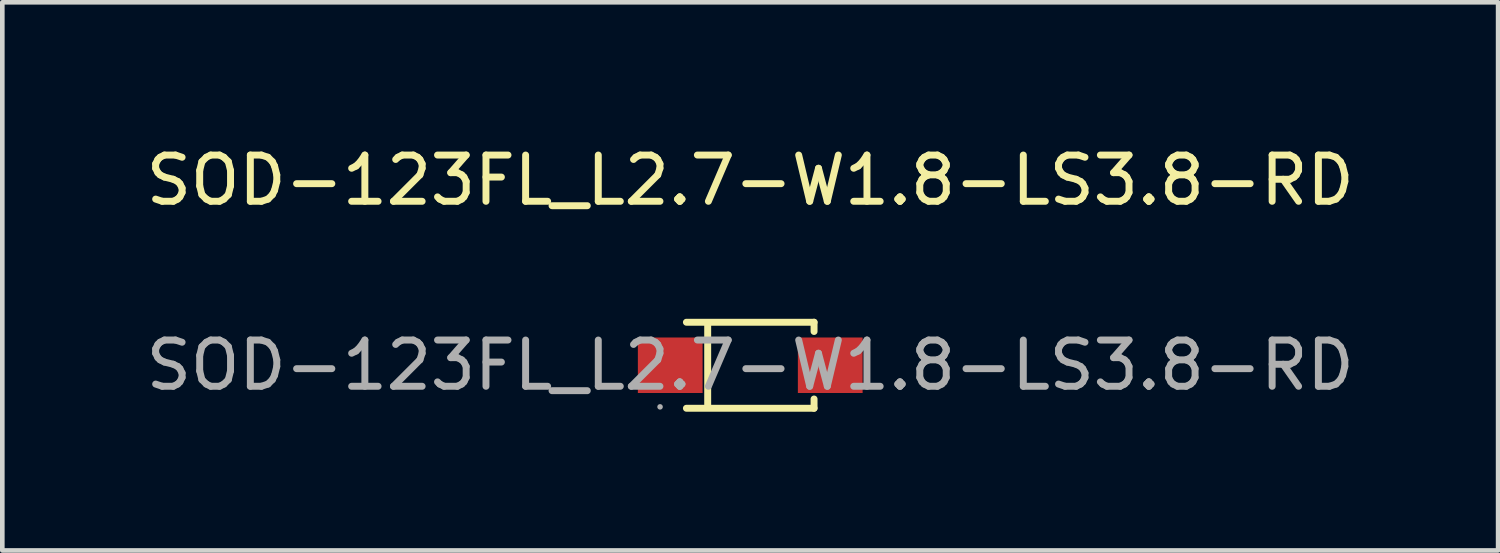
<source format=kicad_pcb>
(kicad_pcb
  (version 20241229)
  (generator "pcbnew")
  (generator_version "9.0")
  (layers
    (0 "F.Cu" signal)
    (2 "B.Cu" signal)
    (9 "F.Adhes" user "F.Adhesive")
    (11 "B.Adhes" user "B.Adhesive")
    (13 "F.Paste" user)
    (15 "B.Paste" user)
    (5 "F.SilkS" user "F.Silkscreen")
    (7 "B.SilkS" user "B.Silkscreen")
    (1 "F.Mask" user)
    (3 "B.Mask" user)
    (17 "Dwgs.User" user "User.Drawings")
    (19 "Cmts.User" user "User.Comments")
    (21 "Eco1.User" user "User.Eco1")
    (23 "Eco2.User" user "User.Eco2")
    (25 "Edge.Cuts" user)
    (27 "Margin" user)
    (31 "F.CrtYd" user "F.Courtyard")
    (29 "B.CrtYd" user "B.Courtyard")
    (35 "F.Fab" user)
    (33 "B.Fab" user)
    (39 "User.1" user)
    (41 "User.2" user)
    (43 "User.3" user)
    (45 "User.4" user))
  (footprint "SOD-123FL_L2.7-W1.8-LS3.8-RD"
    (layer "F.Cu")
    (at 13.173 4.848)
    (property "Reference" "SOD-123FL_L2.7-W1.8-LS3.8-RD" (at 0 -4 0) (layer "F.SilkS") (effects (font (size 1 1) (thickness 0.15))))
    (attr smd)
    (fp_line (start -1.38 -0.93) (end 1.38 -0.93) (stroke (width 0.15) (type solid)) (layer "F.SilkS"))
    (fp_line (start -1.38 0.93) (end 1.38 0.93) (stroke (width 0.15) (type solid)) (layer "F.SilkS"))
    (fp_line (start -0.92 -0.88) (end -0.92 0.88) (stroke (width 0.15) (type solid)) (layer "F.SilkS"))
    (fp_line (start 1.38 -0.93) (end 1.38 -0.73) (stroke (width 0.15) (type solid)) (layer "F.SilkS"))
    (fp_line (start 1.38 0.93) (end 1.38 0.73) (stroke (width 0.15) (type solid)) (layer "F.SilkS"))
    (fp_circle (center -1.95 0.9) (end -1.92 0.9) (stroke (width 0.06) (type solid)) (fill no) (layer "F.Fab"))
    (fp_text user "${REFERENCE}" (at 0 0 0) (layer "F.Fab") (effects (font (size 1 1) (thickness 0.15))))
    (pad "1" smd rect (at -1.73 0) (size 1.4 1.2) (layers "F.Cu" "F.Mask" "F.Paste"))
    (pad "2" smd rect (at 1.73 0) (size 1.4 1.2) (layers "F.Cu" "F.Mask" "F.Paste")))
  (gr_rect
    (start -3 -3)
    (end 29.345 8.853)
    (stroke (width 0.1) (type default))
    (fill no)
    (layer "Edge.Cuts")))
</source>
